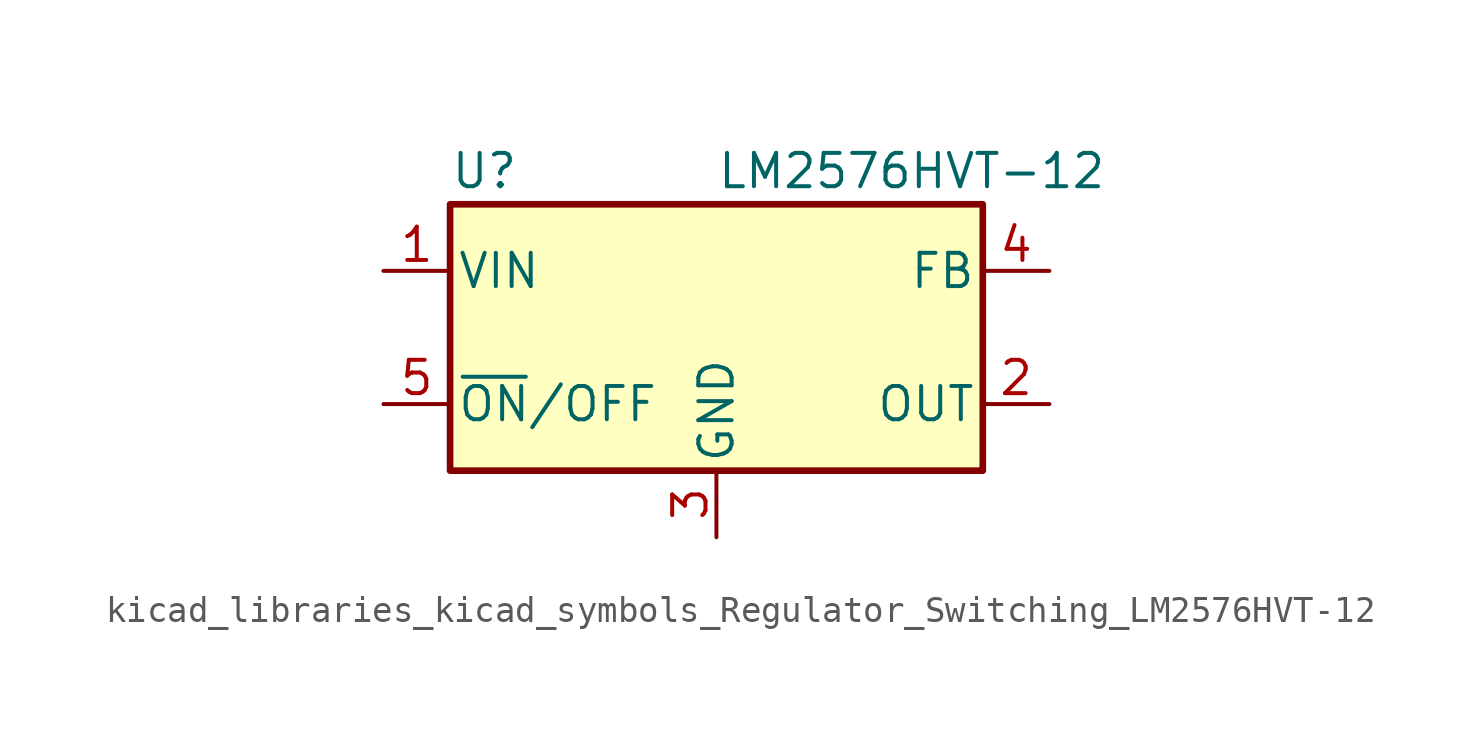
<source format=kicad_sym>
(kicad_symbol_lib
  (version 20220914)
  (generator kicad_symbol_editor)
  (symbol "kicad_libraries_kicad_symbols_Regulator_Switching_LM2576HVT-12"
    (pin_names
      (offset 0.254))
    (property "Reference" "U"
      (at -10.16 6.35 0)
      (effects (font (size 1.27 1.27)) (justify left)))
    (property "Value" "LM2576HVT-12"
      (at 0 6.35 0)
      (effects (font (size 1.27 1.27)) (justify left)))
    (symbol "kicad_libraries_kicad_symbols_Regulator_Switching_LM2576HVT-12_0_1"
      (rectangle (start -10.16 5.08) (end 10.16 -5.08) (stroke (width 0.254) (type default)) (fill (type background))))
    (symbol "kicad_libraries_kicad_symbols_Regulator_Switching_LM2576HVT-12_1_1"
      (pin power_in line (at -12.7 2.54 0) (length 2.54) (name "VIN" (effects (font (size 1.27 1.27)))) (number "1" (effects (font (size 1.27 1.27)))))
      (pin output line (at 12.7 -2.54 180) (length 2.54) (name "OUT" (effects (font (size 1.27 1.27)))) (number "2" (effects (font (size 1.27 1.27)))))
      (pin power_in line (at 0 -7.62 90) (length 2.54) (name "GND" (effects (font (size 1.27 1.27)))) (number "3" (effects (font (size 1.27 1.27)))))
      (pin input line (at 12.7 2.54 180) (length 2.54) (name "FB" (effects (font (size 1.27 1.27)))) (number "4" (effects (font (size 1.27 1.27)))))
      (pin input line (at -12.7 -2.54 0) (length 2.54) (name "~{ON}/OFF" (effects (font (size 1.27 1.27)))) (number "5" (effects (font (size 1.27 1.27))))))))
</source>
